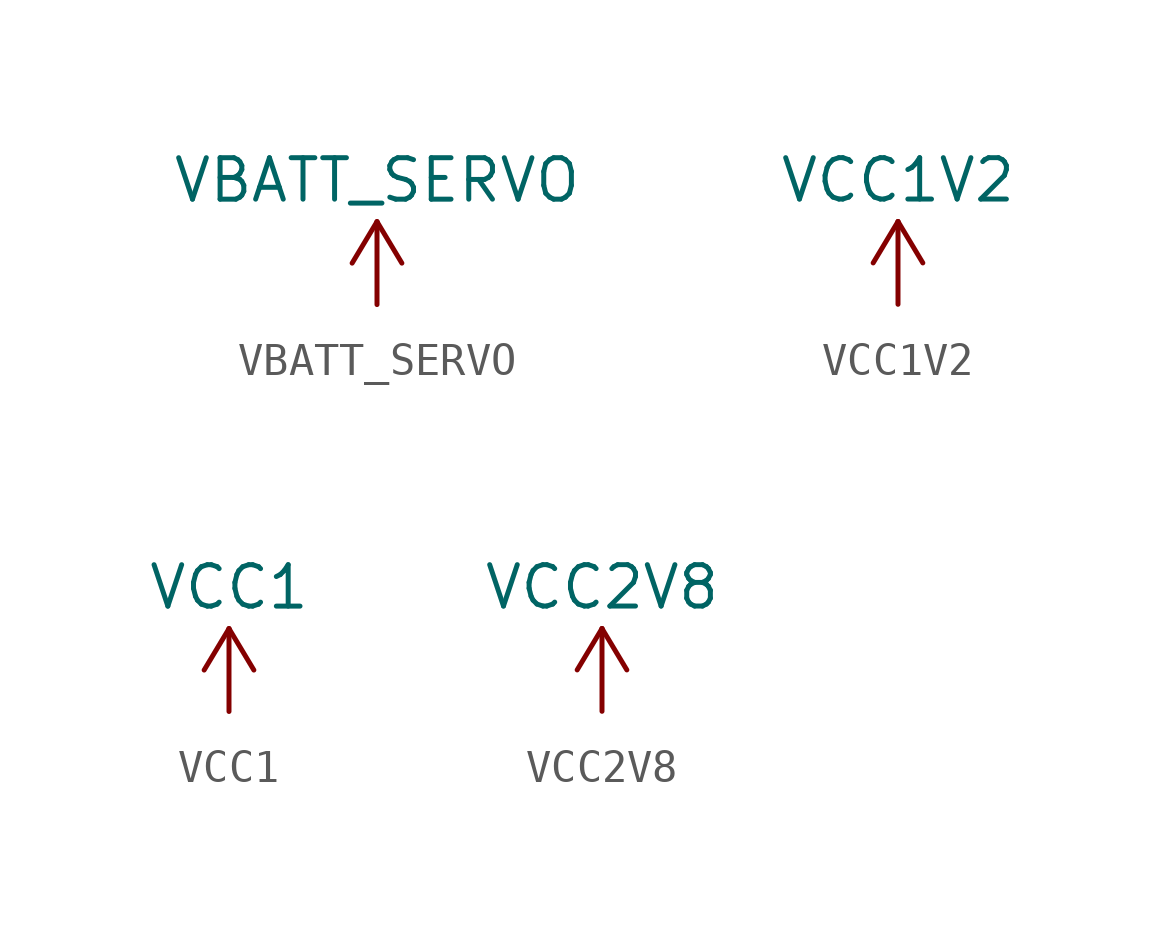
<source format=kicad_sym>
(kicad_symbol_lib
  (version 20220914)
  (generator kicad_symbol_editor)
  (symbol "VBATT_SERVO"
    (power)
    (pin_names
      (offset 0))
    (property "Reference" "#PWR"
      (at 0 -3.81 0)
      (effects (font (size 1.27 1.27)) hide))
    (property "Value" "VBATT_SERVO"
      (at 0 3.81 0)
      (effects (font (size 1.27 1.27))))
    (symbol "VBATT_SERVO_0_1"
      (polyline (pts (xy -0.762 1.27) (xy 0 2.54)) (stroke (width 0) (type default)) (fill (type none)))
      (polyline (pts (xy 0 0) (xy 0 2.54)) (stroke (width 0) (type default)) (fill (type none)))
      (polyline (pts (xy 0 2.54) (xy 0.762 1.27)) (stroke (width 0) (type default)) (fill (type none))))
    (symbol "VBATT_SERVO_1_1"
      (pin power_in line (at 0 0 90) (length 0) hide (name "VCC4" (effects (font (size 1.27 1.27)))) (number "1" (effects (font (size 1.27 1.27)))))))
  (symbol "VCC1V2"
    (power)
    (pin_names
      (offset 0))
    (property "Reference" "#PWR"
      (at 0 -3.81 0)
      (effects (font (size 1.27 1.27)) hide))
    (property "Value" "VCC1V2"
      (at 0 3.81 0)
      (effects (font (size 1.27 1.27))))
    (symbol "VCC1V2_0_1"
      (polyline (pts (xy -0.762 1.27) (xy 0 2.54)) (stroke (width 0) (type default)) (fill (type none)))
      (polyline (pts (xy 0 0) (xy 0 2.54)) (stroke (width 0) (type default)) (fill (type none)))
      (polyline (pts (xy 0 2.54) (xy 0.762 1.27)) (stroke (width 0) (type default)) (fill (type none))))
    (symbol "VCC1V2_1_1"
      (pin power_in line (at 0 0 90) (length 0) hide (name "VCC1V2" (effects (font (size 1.27 1.27)))) (number "1" (effects (font (size 1.27 1.27)))))))
  (symbol "VCC1"
    (power)
    (pin_names
      (offset 0))
    (property "Reference" "#PWR"
      (at 0 -3.81 0)
      (effects (font (size 1.27 1.27)) hide))
    (property "Value" "VCC1"
      (at 0 3.81 0)
      (effects (font (size 1.27 1.27))))
    (symbol "VCC1_0_1"
      (polyline (pts (xy -0.762 1.27) (xy 0 2.54)) (stroke (width 0) (type default)) (fill (type none)))
      (polyline (pts (xy 0 0) (xy 0 2.54)) (stroke (width 0) (type default)) (fill (type none)))
      (polyline (pts (xy 0 2.54) (xy 0.762 1.27)) (stroke (width 0) (type default)) (fill (type none))))
    (symbol "VCC1_1_1"
      (pin power_in line (at 0 0 90) (length 0) hide (name "VCC1" (effects (font (size 1.27 1.27)))) (number "1" (effects (font (size 1.27 1.27)))))))
  (symbol "VCC2V8"
    (power)
    (pin_names
      (offset 0))
    (property "Reference" "#PWR"
      (at 0 -3.81 0)
      (effects (font (size 1.27 1.27)) hide))
    (property "Value" "VCC2V8"
      (at 0 3.81 0)
      (effects (font (size 1.27 1.27))))
    (symbol "VCC2V8_0_1"
      (polyline (pts (xy -0.762 1.27) (xy 0 2.54)) (stroke (width 0) (type default)) (fill (type none)))
      (polyline (pts (xy 0 0) (xy 0 2.54)) (stroke (width 0) (type default)) (fill (type none)))
      (polyline (pts (xy 0 2.54) (xy 0.762 1.27)) (stroke (width 0) (type default)) (fill (type none))))
    (symbol "VCC2V8_1_1"
      (pin power_in line (at 0 0 90) (length 0) hide (name "VCC2V8" (effects (font (size 1.27 1.27)))) (number "1" (effects (font (size 1.27 1.27))))))))
</source>
